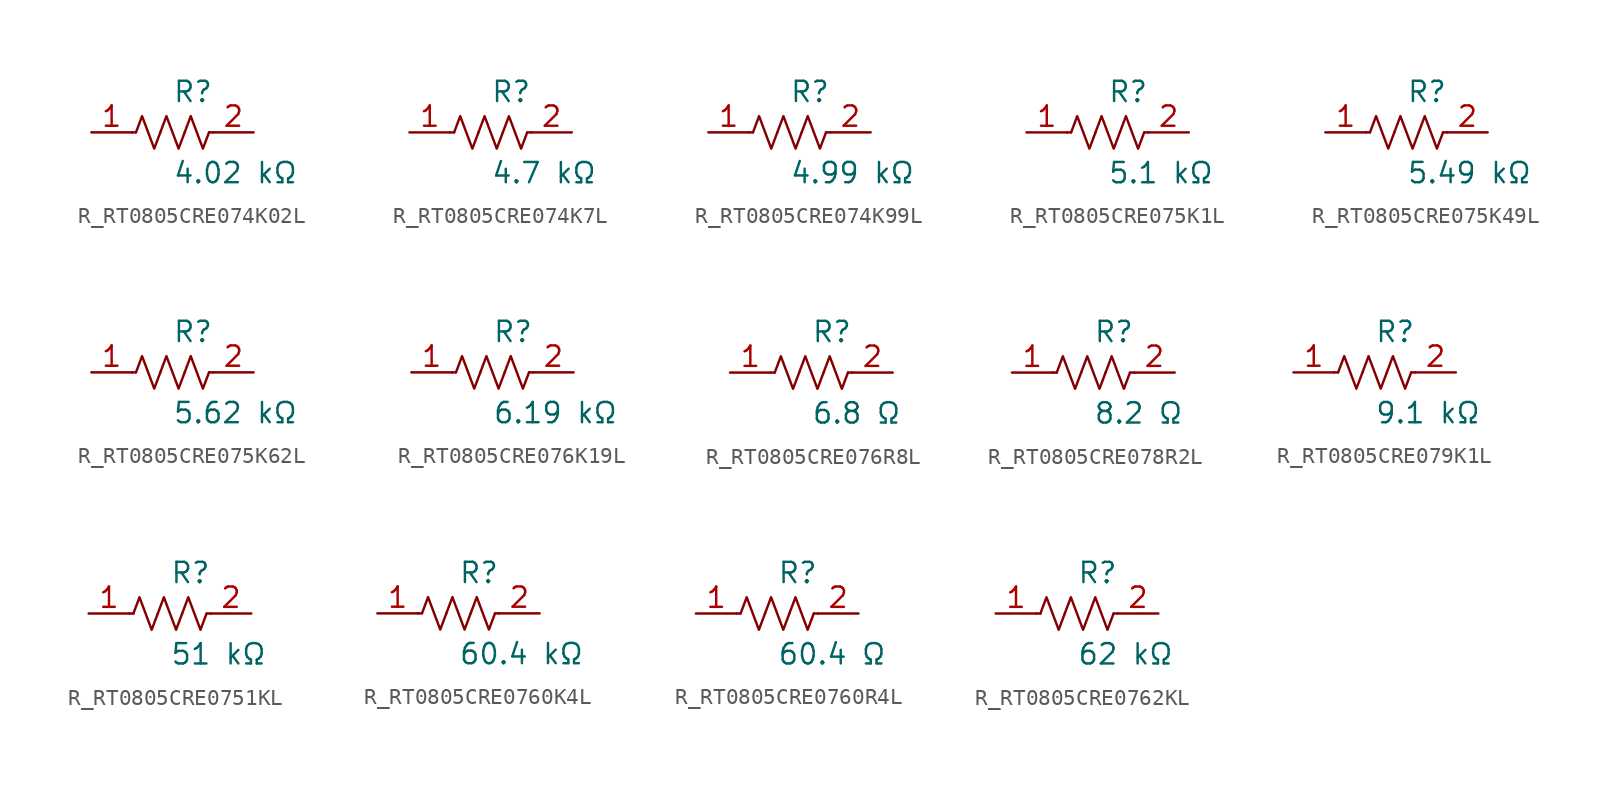
<source format=kicad_sym>
(kicad_symbol_lib
  (version 20231120)
  (generator kicad_symbol_editor)
  (generator_version 8.0)
  (symbol "R_RT0805CRE074K02L"
    (pin_names
      (offset 0.254))
    (property "Reference" "R"
      (at 0 2.54 0)
      (effects (font (size 1.27 1.27)) (justify left)))
    (property "Value" "4.02 kΩ"
      (at 0 -2.54 0)
      (effects (font (size 1.27 1.27)) (justify left)))
    (symbol "R_RT0805CRE074K02L_0_1"
      (polyline (pts (xy 2.286 0) (xy 2.54 0)) (stroke (width 0) (type default)) (fill (type none)))
      (polyline (pts (xy -2.286 0) (xy -2.54 0)) (stroke (width 0) (type default)) (fill (type none)))
      (polyline (pts (xy 0.762 0) (xy 1.143 1.016) (xy 1.524 0) (xy 1.905 -1.016) (xy 2.286 0)) (stroke (width 0) (type default)) (fill (type none)))
      (polyline (pts (xy -0.762 0) (xy -0.381 1.016) (xy 0 0) (xy 0.381 -1.016) (xy 0.762 0)) (stroke (width 0) (type default)) (fill (type none)))
      (polyline (pts (xy -2.286 0) (xy -1.905 1.016) (xy -1.524 0) (xy -1.143 -1.016) (xy -0.762 0)) (stroke (width 0) (type default)) (fill (type none))))
    (pin unspecified line
      (at -5.08 0 0)
      (length 2.54)
      (name "" (effects (font (size 1.27 1.27))))
      (number "1" (effects (font (size 1.27 1.27)))))
    (pin unspecified line
      (at 5.08 0 180)
      (length 2.54)
      (name "" (effects (font (size 1.27 1.27))))
      (number "2" (effects (font (size 1.27 1.27))))))
  (symbol "R_RT0805CRE074K7L"
    (pin_names
      (offset 0.254))
    (property "Reference" "R"
      (at 0 2.54 0)
      (effects (font (size 1.27 1.27)) (justify left)))
    (property "Value" "4.7 kΩ"
      (at 0 -2.54 0)
      (effects (font (size 1.27 1.27)) (justify left)))
    (symbol "R_RT0805CRE074K7L_0_1"
      (polyline (pts (xy 2.286 0) (xy 2.54 0)) (stroke (width 0) (type default)) (fill (type none)))
      (polyline (pts (xy -2.286 0) (xy -2.54 0)) (stroke (width 0) (type default)) (fill (type none)))
      (polyline (pts (xy 0.762 0) (xy 1.143 1.016) (xy 1.524 0) (xy 1.905 -1.016) (xy 2.286 0)) (stroke (width 0) (type default)) (fill (type none)))
      (polyline (pts (xy -0.762 0) (xy -0.381 1.016) (xy 0 0) (xy 0.381 -1.016) (xy 0.762 0)) (stroke (width 0) (type default)) (fill (type none)))
      (polyline (pts (xy -2.286 0) (xy -1.905 1.016) (xy -1.524 0) (xy -1.143 -1.016) (xy -0.762 0)) (stroke (width 0) (type default)) (fill (type none))))
    (pin unspecified line
      (at -5.08 0 0)
      (length 2.54)
      (name "" (effects (font (size 1.27 1.27))))
      (number "1" (effects (font (size 1.27 1.27)))))
    (pin unspecified line
      (at 5.08 0 180)
      (length 2.54)
      (name "" (effects (font (size 1.27 1.27))))
      (number "2" (effects (font (size 1.27 1.27))))))
  (symbol "R_RT0805CRE074K99L"
    (pin_names
      (offset 0.254))
    (property "Reference" "R"
      (at 0 2.54 0)
      (effects (font (size 1.27 1.27)) (justify left)))
    (property "Value" "4.99 kΩ"
      (at 0 -2.54 0)
      (effects (font (size 1.27 1.27)) (justify left)))
    (symbol "R_RT0805CRE074K99L_0_1"
      (polyline (pts (xy 2.286 0) (xy 2.54 0)) (stroke (width 0) (type default)) (fill (type none)))
      (polyline (pts (xy -2.286 0) (xy -2.54 0)) (stroke (width 0) (type default)) (fill (type none)))
      (polyline (pts (xy 0.762 0) (xy 1.143 1.016) (xy 1.524 0) (xy 1.905 -1.016) (xy 2.286 0)) (stroke (width 0) (type default)) (fill (type none)))
      (polyline (pts (xy -0.762 0) (xy -0.381 1.016) (xy 0 0) (xy 0.381 -1.016) (xy 0.762 0)) (stroke (width 0) (type default)) (fill (type none)))
      (polyline (pts (xy -2.286 0) (xy -1.905 1.016) (xy -1.524 0) (xy -1.143 -1.016) (xy -0.762 0)) (stroke (width 0) (type default)) (fill (type none))))
    (pin unspecified line
      (at -5.08 0 0)
      (length 2.54)
      (name "" (effects (font (size 1.27 1.27))))
      (number "1" (effects (font (size 1.27 1.27)))))
    (pin unspecified line
      (at 5.08 0 180)
      (length 2.54)
      (name "" (effects (font (size 1.27 1.27))))
      (number "2" (effects (font (size 1.27 1.27))))))
  (symbol "R_RT0805CRE075K1L"
    (pin_names
      (offset 0.254))
    (property "Reference" "R"
      (at 0 2.54 0)
      (effects (font (size 1.27 1.27)) (justify left)))
    (property "Value" "5.1 kΩ"
      (at 0 -2.54 0)
      (effects (font (size 1.27 1.27)) (justify left)))
    (symbol "R_RT0805CRE075K1L_0_1"
      (polyline (pts (xy 2.286 0) (xy 2.54 0)) (stroke (width 0) (type default)) (fill (type none)))
      (polyline (pts (xy -2.286 0) (xy -2.54 0)) (stroke (width 0) (type default)) (fill (type none)))
      (polyline (pts (xy 0.762 0) (xy 1.143 1.016) (xy 1.524 0) (xy 1.905 -1.016) (xy 2.286 0)) (stroke (width 0) (type default)) (fill (type none)))
      (polyline (pts (xy -0.762 0) (xy -0.381 1.016) (xy 0 0) (xy 0.381 -1.016) (xy 0.762 0)) (stroke (width 0) (type default)) (fill (type none)))
      (polyline (pts (xy -2.286 0) (xy -1.905 1.016) (xy -1.524 0) (xy -1.143 -1.016) (xy -0.762 0)) (stroke (width 0) (type default)) (fill (type none))))
    (pin unspecified line
      (at -5.08 0 0)
      (length 2.54)
      (name "" (effects (font (size 1.27 1.27))))
      (number "1" (effects (font (size 1.27 1.27)))))
    (pin unspecified line
      (at 5.08 0 180)
      (length 2.54)
      (name "" (effects (font (size 1.27 1.27))))
      (number "2" (effects (font (size 1.27 1.27))))))
  (symbol "R_RT0805CRE075K49L"
    (pin_names
      (offset 0.254))
    (property "Reference" "R"
      (at 0 2.54 0)
      (effects (font (size 1.27 1.27)) (justify left)))
    (property "Value" "5.49 kΩ"
      (at 0 -2.54 0)
      (effects (font (size 1.27 1.27)) (justify left)))
    (symbol "R_RT0805CRE075K49L_0_1"
      (polyline (pts (xy 2.286 0) (xy 2.54 0)) (stroke (width 0) (type default)) (fill (type none)))
      (polyline (pts (xy -2.286 0) (xy -2.54 0)) (stroke (width 0) (type default)) (fill (type none)))
      (polyline (pts (xy 0.762 0) (xy 1.143 1.016) (xy 1.524 0) (xy 1.905 -1.016) (xy 2.286 0)) (stroke (width 0) (type default)) (fill (type none)))
      (polyline (pts (xy -0.762 0) (xy -0.381 1.016) (xy 0 0) (xy 0.381 -1.016) (xy 0.762 0)) (stroke (width 0) (type default)) (fill (type none)))
      (polyline (pts (xy -2.286 0) (xy -1.905 1.016) (xy -1.524 0) (xy -1.143 -1.016) (xy -0.762 0)) (stroke (width 0) (type default)) (fill (type none))))
    (pin unspecified line
      (at -5.08 0 0)
      (length 2.54)
      (name "" (effects (font (size 1.27 1.27))))
      (number "1" (effects (font (size 1.27 1.27)))))
    (pin unspecified line
      (at 5.08 0 180)
      (length 2.54)
      (name "" (effects (font (size 1.27 1.27))))
      (number "2" (effects (font (size 1.27 1.27))))))
  (symbol "R_RT0805CRE075K62L"
    (pin_names
      (offset 0.254))
    (property "Reference" "R"
      (at 0 2.54 0)
      (effects (font (size 1.27 1.27)) (justify left)))
    (property "Value" "5.62 kΩ"
      (at 0 -2.54 0)
      (effects (font (size 1.27 1.27)) (justify left)))
    (symbol "R_RT0805CRE075K62L_0_1"
      (polyline (pts (xy 2.286 0) (xy 2.54 0)) (stroke (width 0) (type default)) (fill (type none)))
      (polyline (pts (xy -2.286 0) (xy -2.54 0)) (stroke (width 0) (type default)) (fill (type none)))
      (polyline (pts (xy 0.762 0) (xy 1.143 1.016) (xy 1.524 0) (xy 1.905 -1.016) (xy 2.286 0)) (stroke (width 0) (type default)) (fill (type none)))
      (polyline (pts (xy -0.762 0) (xy -0.381 1.016) (xy 0 0) (xy 0.381 -1.016) (xy 0.762 0)) (stroke (width 0) (type default)) (fill (type none)))
      (polyline (pts (xy -2.286 0) (xy -1.905 1.016) (xy -1.524 0) (xy -1.143 -1.016) (xy -0.762 0)) (stroke (width 0) (type default)) (fill (type none))))
    (pin unspecified line
      (at -5.08 0 0)
      (length 2.54)
      (name "" (effects (font (size 1.27 1.27))))
      (number "1" (effects (font (size 1.27 1.27)))))
    (pin unspecified line
      (at 5.08 0 180)
      (length 2.54)
      (name "" (effects (font (size 1.27 1.27))))
      (number "2" (effects (font (size 1.27 1.27))))))
  (symbol "R_RT0805CRE076K19L"
    (pin_names
      (offset 0.254))
    (property "Reference" "R"
      (at 0 2.54 0)
      (effects (font (size 1.27 1.27)) (justify left)))
    (property "Value" "6.19 kΩ"
      (at 0 -2.54 0)
      (effects (font (size 1.27 1.27)) (justify left)))
    (symbol "R_RT0805CRE076K19L_0_1"
      (polyline (pts (xy 2.286 0) (xy 2.54 0)) (stroke (width 0) (type default)) (fill (type none)))
      (polyline (pts (xy -2.286 0) (xy -2.54 0)) (stroke (width 0) (type default)) (fill (type none)))
      (polyline (pts (xy 0.762 0) (xy 1.143 1.016) (xy 1.524 0) (xy 1.905 -1.016) (xy 2.286 0)) (stroke (width 0) (type default)) (fill (type none)))
      (polyline (pts (xy -0.762 0) (xy -0.381 1.016) (xy 0 0) (xy 0.381 -1.016) (xy 0.762 0)) (stroke (width 0) (type default)) (fill (type none)))
      (polyline (pts (xy -2.286 0) (xy -1.905 1.016) (xy -1.524 0) (xy -1.143 -1.016) (xy -0.762 0)) (stroke (width 0) (type default)) (fill (type none))))
    (pin unspecified line
      (at -5.08 0 0)
      (length 2.54)
      (name "" (effects (font (size 1.27 1.27))))
      (number "1" (effects (font (size 1.27 1.27)))))
    (pin unspecified line
      (at 5.08 0 180)
      (length 2.54)
      (name "" (effects (font (size 1.27 1.27))))
      (number "2" (effects (font (size 1.27 1.27))))))
  (symbol "R_RT0805CRE076R8L"
    (pin_names
      (offset 0.254))
    (property "Reference" "R"
      (at 0 2.54 0)
      (effects (font (size 1.27 1.27)) (justify left)))
    (property "Value" "6.8 Ω"
      (at 0 -2.54 0)
      (effects (font (size 1.27 1.27)) (justify left)))
    (symbol "R_RT0805CRE076R8L_0_1"
      (polyline (pts (xy 2.286 0) (xy 2.54 0)) (stroke (width 0) (type default)) (fill (type none)))
      (polyline (pts (xy -2.286 0) (xy -2.54 0)) (stroke (width 0) (type default)) (fill (type none)))
      (polyline (pts (xy 0.762 0) (xy 1.143 1.016) (xy 1.524 0) (xy 1.905 -1.016) (xy 2.286 0)) (stroke (width 0) (type default)) (fill (type none)))
      (polyline (pts (xy -0.762 0) (xy -0.381 1.016) (xy 0 0) (xy 0.381 -1.016) (xy 0.762 0)) (stroke (width 0) (type default)) (fill (type none)))
      (polyline (pts (xy -2.286 0) (xy -1.905 1.016) (xy -1.524 0) (xy -1.143 -1.016) (xy -0.762 0)) (stroke (width 0) (type default)) (fill (type none))))
    (pin unspecified line
      (at -5.08 0 0)
      (length 2.54)
      (name "" (effects (font (size 1.27 1.27))))
      (number "1" (effects (font (size 1.27 1.27)))))
    (pin unspecified line
      (at 5.08 0 180)
      (length 2.54)
      (name "" (effects (font (size 1.27 1.27))))
      (number "2" (effects (font (size 1.27 1.27))))))
  (symbol "R_RT0805CRE078R2L"
    (pin_names
      (offset 0.254))
    (property "Reference" "R"
      (at 0 2.54 0)
      (effects (font (size 1.27 1.27)) (justify left)))
    (property "Value" "8.2 Ω"
      (at 0 -2.54 0)
      (effects (font (size 1.27 1.27)) (justify left)))
    (symbol "R_RT0805CRE078R2L_0_1"
      (polyline (pts (xy 2.286 0) (xy 2.54 0)) (stroke (width 0) (type default)) (fill (type none)))
      (polyline (pts (xy -2.286 0) (xy -2.54 0)) (stroke (width 0) (type default)) (fill (type none)))
      (polyline (pts (xy 0.762 0) (xy 1.143 1.016) (xy 1.524 0) (xy 1.905 -1.016) (xy 2.286 0)) (stroke (width 0) (type default)) (fill (type none)))
      (polyline (pts (xy -0.762 0) (xy -0.381 1.016) (xy 0 0) (xy 0.381 -1.016) (xy 0.762 0)) (stroke (width 0) (type default)) (fill (type none)))
      (polyline (pts (xy -2.286 0) (xy -1.905 1.016) (xy -1.524 0) (xy -1.143 -1.016) (xy -0.762 0)) (stroke (width 0) (type default)) (fill (type none))))
    (pin unspecified line
      (at -5.08 0 0)
      (length 2.54)
      (name "" (effects (font (size 1.27 1.27))))
      (number "1" (effects (font (size 1.27 1.27)))))
    (pin unspecified line
      (at 5.08 0 180)
      (length 2.54)
      (name "" (effects (font (size 1.27 1.27))))
      (number "2" (effects (font (size 1.27 1.27))))))
  (symbol "R_RT0805CRE079K1L"
    (pin_names
      (offset 0.254))
    (property "Reference" "R"
      (at 0 2.54 0)
      (effects (font (size 1.27 1.27)) (justify left)))
    (property "Value" "9.1 kΩ"
      (at 0 -2.54 0)
      (effects (font (size 1.27 1.27)) (justify left)))
    (symbol "R_RT0805CRE079K1L_0_1"
      (polyline (pts (xy 2.286 0) (xy 2.54 0)) (stroke (width 0) (type default)) (fill (type none)))
      (polyline (pts (xy -2.286 0) (xy -2.54 0)) (stroke (width 0) (type default)) (fill (type none)))
      (polyline (pts (xy 0.762 0) (xy 1.143 1.016) (xy 1.524 0) (xy 1.905 -1.016) (xy 2.286 0)) (stroke (width 0) (type default)) (fill (type none)))
      (polyline (pts (xy -0.762 0) (xy -0.381 1.016) (xy 0 0) (xy 0.381 -1.016) (xy 0.762 0)) (stroke (width 0) (type default)) (fill (type none)))
      (polyline (pts (xy -2.286 0) (xy -1.905 1.016) (xy -1.524 0) (xy -1.143 -1.016) (xy -0.762 0)) (stroke (width 0) (type default)) (fill (type none))))
    (pin unspecified line
      (at -5.08 0 0)
      (length 2.54)
      (name "" (effects (font (size 1.27 1.27))))
      (number "1" (effects (font (size 1.27 1.27)))))
    (pin unspecified line
      (at 5.08 0 180)
      (length 2.54)
      (name "" (effects (font (size 1.27 1.27))))
      (number "2" (effects (font (size 1.27 1.27))))))
  (symbol "R_RT0805CRE0751KL"
    (pin_names
      (offset 0.254))
    (property "Reference" "R"
      (at 0 2.54 0)
      (effects (font (size 1.27 1.27)) (justify left)))
    (property "Value" "51 kΩ"
      (at 0 -2.54 0)
      (effects (font (size 1.27 1.27)) (justify left)))
    (symbol "R_RT0805CRE0751KL_0_1"
      (polyline (pts (xy 2.286 0) (xy 2.54 0)) (stroke (width 0) (type default)) (fill (type none)))
      (polyline (pts (xy -2.286 0) (xy -2.54 0)) (stroke (width 0) (type default)) (fill (type none)))
      (polyline (pts (xy 0.762 0) (xy 1.143 1.016) (xy 1.524 0) (xy 1.905 -1.016) (xy 2.286 0)) (stroke (width 0) (type default)) (fill (type none)))
      (polyline (pts (xy -0.762 0) (xy -0.381 1.016) (xy 0 0) (xy 0.381 -1.016) (xy 0.762 0)) (stroke (width 0) (type default)) (fill (type none)))
      (polyline (pts (xy -2.286 0) (xy -1.905 1.016) (xy -1.524 0) (xy -1.143 -1.016) (xy -0.762 0)) (stroke (width 0) (type default)) (fill (type none))))
    (pin unspecified line
      (at -5.08 0 0)
      (length 2.54)
      (name "" (effects (font (size 1.27 1.27))))
      (number "1" (effects (font (size 1.27 1.27)))))
    (pin unspecified line
      (at 5.08 0 180)
      (length 2.54)
      (name "" (effects (font (size 1.27 1.27))))
      (number "2" (effects (font (size 1.27 1.27))))))
  (symbol "R_RT0805CRE0760K4L"
    (pin_names
      (offset 0.254))
    (property "Reference" "R"
      (at 0 2.54 0)
      (effects (font (size 1.27 1.27)) (justify left)))
    (property "Value" "60.4 kΩ"
      (at 0 -2.54 0)
      (effects (font (size 1.27 1.27)) (justify left)))
    (symbol "R_RT0805CRE0760K4L_0_1"
      (polyline (pts (xy 2.286 0) (xy 2.54 0)) (stroke (width 0) (type default)) (fill (type none)))
      (polyline (pts (xy -2.286 0) (xy -2.54 0)) (stroke (width 0) (type default)) (fill (type none)))
      (polyline (pts (xy 0.762 0) (xy 1.143 1.016) (xy 1.524 0) (xy 1.905 -1.016) (xy 2.286 0)) (stroke (width 0) (type default)) (fill (type none)))
      (polyline (pts (xy -0.762 0) (xy -0.381 1.016) (xy 0 0) (xy 0.381 -1.016) (xy 0.762 0)) (stroke (width 0) (type default)) (fill (type none)))
      (polyline (pts (xy -2.286 0) (xy -1.905 1.016) (xy -1.524 0) (xy -1.143 -1.016) (xy -0.762 0)) (stroke (width 0) (type default)) (fill (type none))))
    (pin unspecified line
      (at -5.08 0 0)
      (length 2.54)
      (name "" (effects (font (size 1.27 1.27))))
      (number "1" (effects (font (size 1.27 1.27)))))
    (pin unspecified line
      (at 5.08 0 180)
      (length 2.54)
      (name "" (effects (font (size 1.27 1.27))))
      (number "2" (effects (font (size 1.27 1.27))))))
  (symbol "R_RT0805CRE0760R4L"
    (pin_names
      (offset 0.254))
    (property "Reference" "R"
      (at 0 2.54 0)
      (effects (font (size 1.27 1.27)) (justify left)))
    (property "Value" "60.4 Ω"
      (at 0 -2.54 0)
      (effects (font (size 1.27 1.27)) (justify left)))
    (symbol "R_RT0805CRE0760R4L_0_1"
      (polyline (pts (xy 2.286 0) (xy 2.54 0)) (stroke (width 0) (type default)) (fill (type none)))
      (polyline (pts (xy -2.286 0) (xy -2.54 0)) (stroke (width 0) (type default)) (fill (type none)))
      (polyline (pts (xy 0.762 0) (xy 1.143 1.016) (xy 1.524 0) (xy 1.905 -1.016) (xy 2.286 0)) (stroke (width 0) (type default)) (fill (type none)))
      (polyline (pts (xy -0.762 0) (xy -0.381 1.016) (xy 0 0) (xy 0.381 -1.016) (xy 0.762 0)) (stroke (width 0) (type default)) (fill (type none)))
      (polyline (pts (xy -2.286 0) (xy -1.905 1.016) (xy -1.524 0) (xy -1.143 -1.016) (xy -0.762 0)) (stroke (width 0) (type default)) (fill (type none))))
    (pin unspecified line
      (at -5.08 0 0)
      (length 2.54)
      (name "" (effects (font (size 1.27 1.27))))
      (number "1" (effects (font (size 1.27 1.27)))))
    (pin unspecified line
      (at 5.08 0 180)
      (length 2.54)
      (name "" (effects (font (size 1.27 1.27))))
      (number "2" (effects (font (size 1.27 1.27))))))
  (symbol "R_RT0805CRE0762KL"
    (pin_names
      (offset 0.254))
    (property "Reference" "R"
      (at 0 2.54 0)
      (effects (font (size 1.27 1.27)) (justify left)))
    (property "Value" "62 kΩ"
      (at 0 -2.54 0)
      (effects (font (size 1.27 1.27)) (justify left)))
    (symbol "R_RT0805CRE0762KL_0_1"
      (polyline (pts (xy 2.286 0) (xy 2.54 0)) (stroke (width 0) (type default)) (fill (type none)))
      (polyline (pts (xy -2.286 0) (xy -2.54 0)) (stroke (width 0) (type default)) (fill (type none)))
      (polyline (pts (xy 0.762 0) (xy 1.143 1.016) (xy 1.524 0) (xy 1.905 -1.016) (xy 2.286 0)) (stroke (width 0) (type default)) (fill (type none)))
      (polyline (pts (xy -0.762 0) (xy -0.381 1.016) (xy 0 0) (xy 0.381 -1.016) (xy 0.762 0)) (stroke (width 0) (type default)) (fill (type none)))
      (polyline (pts (xy -2.286 0) (xy -1.905 1.016) (xy -1.524 0) (xy -1.143 -1.016) (xy -0.762 0)) (stroke (width 0) (type default)) (fill (type none))))
    (pin unspecified line
      (at -5.08 0 0)
      (length 2.54)
      (name "" (effects (font (size 1.27 1.27))))
      (number "1" (effects (font (size 1.27 1.27)))))
    (pin unspecified line
      (at 5.08 0 180)
      (length 2.54)
      (name "" (effects (font (size 1.27 1.27))))
      (number "2" (effects (font (size 1.27 1.27)))))))
</source>
